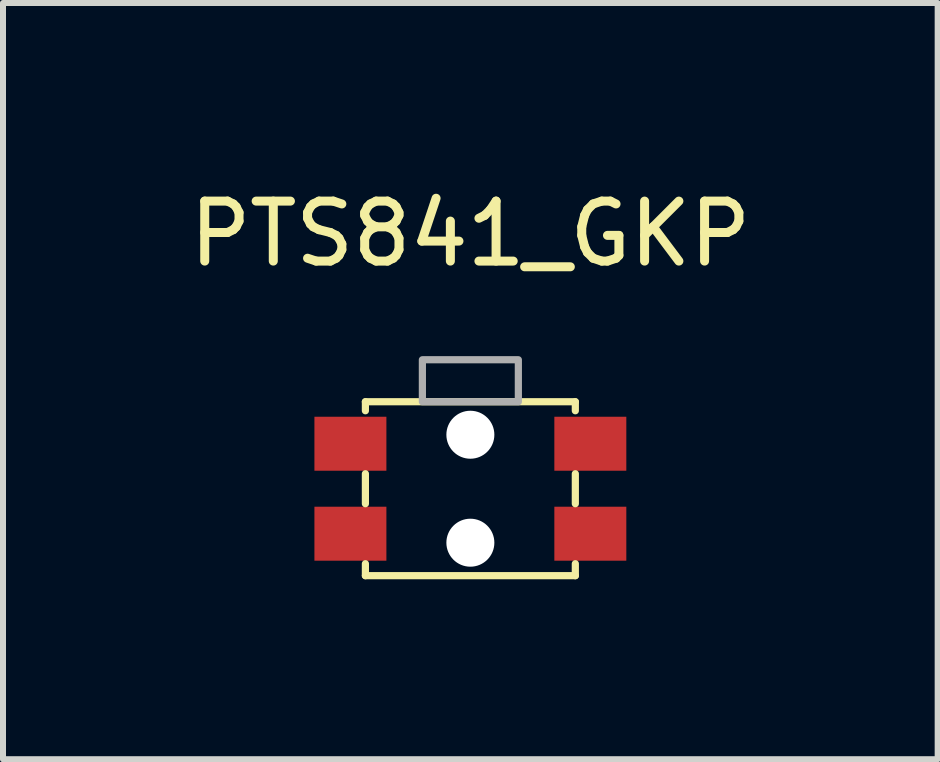
<source format=kicad_pcb>
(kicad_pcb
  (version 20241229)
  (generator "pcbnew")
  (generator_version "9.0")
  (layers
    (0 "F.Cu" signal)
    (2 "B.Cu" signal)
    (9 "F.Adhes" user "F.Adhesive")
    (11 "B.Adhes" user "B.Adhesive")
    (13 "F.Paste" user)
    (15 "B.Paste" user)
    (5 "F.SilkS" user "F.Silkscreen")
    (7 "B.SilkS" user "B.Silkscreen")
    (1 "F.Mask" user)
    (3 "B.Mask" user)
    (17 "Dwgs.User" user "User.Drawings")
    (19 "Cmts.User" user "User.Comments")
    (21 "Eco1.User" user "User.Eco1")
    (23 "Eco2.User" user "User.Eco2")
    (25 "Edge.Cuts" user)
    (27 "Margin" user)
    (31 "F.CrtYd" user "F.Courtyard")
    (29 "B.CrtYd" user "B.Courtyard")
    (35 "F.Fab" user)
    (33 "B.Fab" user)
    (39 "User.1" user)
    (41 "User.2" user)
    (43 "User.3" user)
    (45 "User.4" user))
  (footprint "PTS841_GKP"
    (layer "F.Cu")
    (at 4.792 5.098)
    (property "Reference" "PTS841_GKP" (at 0 -4.25 0) (unlocked yes) (layer "F.SilkS") (effects (font (size 1 1) (thickness 0.15))))
    (attr smd)
    (fp_line (start -1.75 -1.45) (end -1.75 -1.3) (stroke (width 0.12) (type default)) (layer "F.SilkS"))
    (fp_line (start -1.75 -1.45) (end 1.75 -1.45) (stroke (width 0.12) (type default)) (layer "F.SilkS"))
    (fp_line (start -1.75 -0.25) (end -1.75 0.25) (stroke (width 0.12) (type default)) (layer "F.SilkS"))
    (fp_line (start -1.75 1.45) (end -1.75 1.25) (stroke (width 0.12) (type default)) (layer "F.SilkS"))
    (fp_line (start 1.75 -1.45) (end 1.75 -1.3) (stroke (width 0.12) (type default)) (layer "F.SilkS"))
    (fp_line (start 1.75 -0.25) (end 1.75 0.25) (stroke (width 0.12) (type default)) (layer "F.SilkS"))
    (fp_line (start 1.75 1.25) (end 1.75 1.45) (stroke (width 0.12) (type default)) (layer "F.SilkS"))
    (fp_line (start 1.75 1.45) (end -1.75 1.45) (stroke (width 0.12) (type default)) (layer "F.SilkS"))
    (fp_rect (start 0.8 -2.15) (end -0.8 -1.45) (stroke (width 0.12) (type default)) (fill no) (layer "F.Fab"))
    (pad "" np_thru_hole circle (at 0 -0.9) (size 0.8 0.8) (drill 0.8) (layers "*.Cu" "*.Mask"))
    (pad "" np_thru_hole circle (at 0 0.9) (size 0.8 0.8) (drill 0.8) (layers "*.Cu" "*.Mask"))
    (pad "1" smd rect (at -2 0.75) (size 1.2 0.9) (layers "F.Cu" "F.Mask" "F.Paste"))
    (pad "1" smd rect (at 2 0.75) (size 1.2 0.9) (layers "F.Cu" "F.Mask" "F.Paste"))
    (pad "2" smd rect (at -2 -0.75) (size 1.2 0.9) (layers "F.Cu" "F.Mask" "F.Paste"))
    (pad "2" smd rect (at 2 -0.75) (size 1.2 0.9) (layers "F.Cu" "F.Mask" "F.Paste")))
  (gr_rect
    (start -3 -3)
    (end 12.583 9.608)
    (stroke (width 0.1) (type default))
    (fill no)
    (layer "Edge.Cuts")))
</source>
